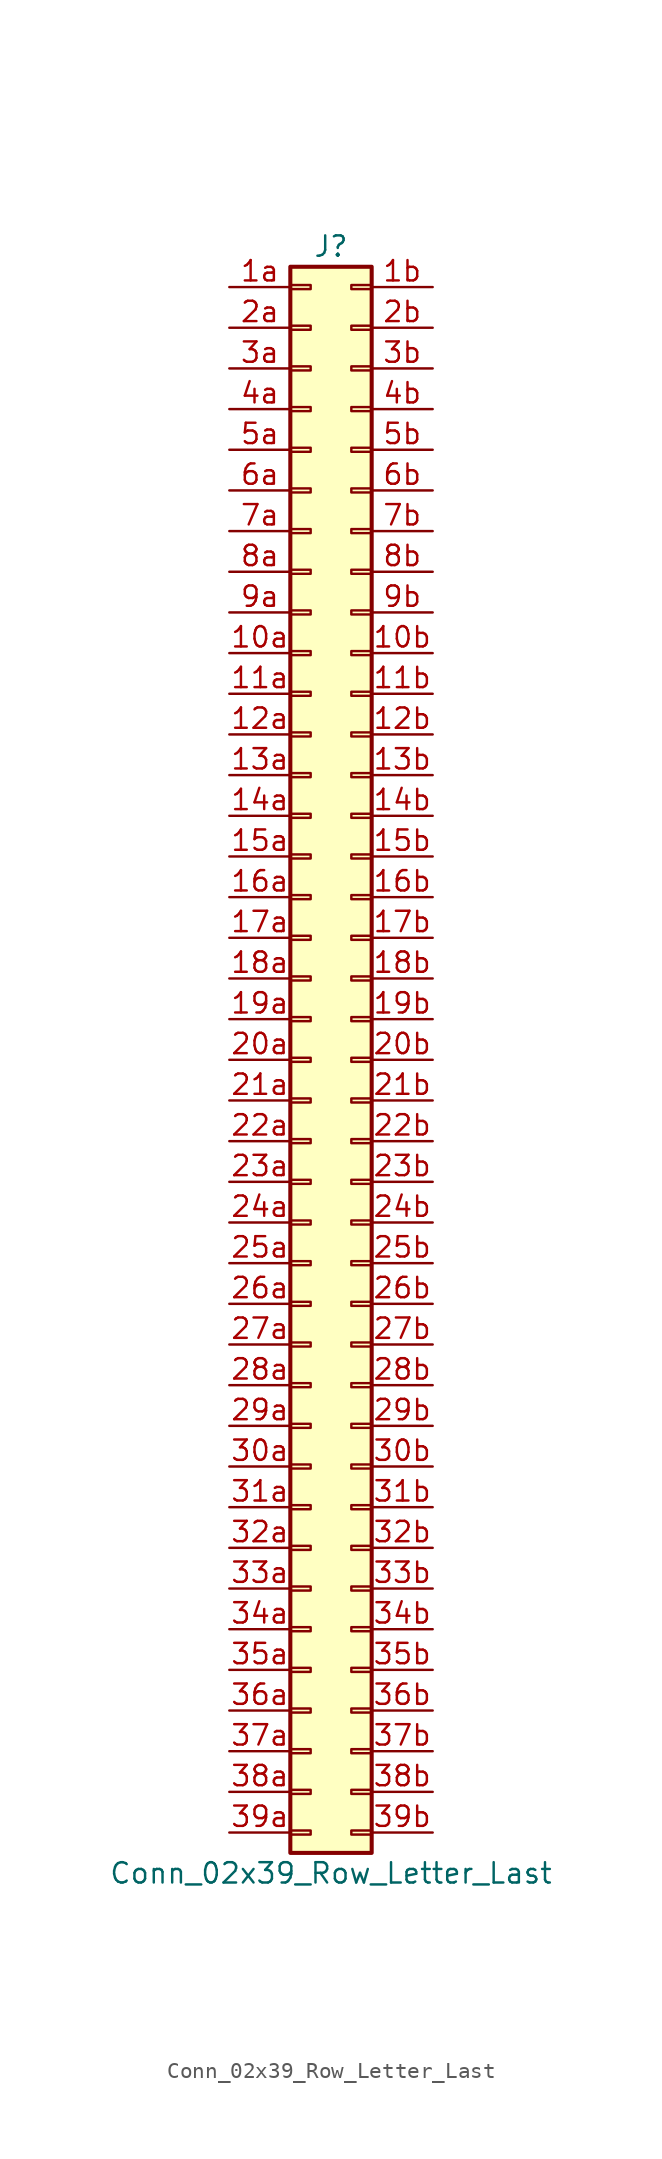
<source format=kicad_sym>
(kicad_symbol_lib
  (version 20201005)
  (generator kicad_symbol_editor)
  (symbol "Conn_02x39_Row_Letter_Last"
    (pin_names
      (offset 1.016) hide)
    (property "Reference" "J"
      (at 1.27 50.8 0)
      (effects (font (size 1.27 1.27))))
    (property "Value" "Conn_02x39_Row_Letter_Last"
      (at 1.27 -50.8 0)
      (effects (font (size 1.27 1.27))))
    (symbol "Conn_02x39_Row_Letter_Last_1_1"
      (rectangle (start -1.27 -48.133) (end 0 -48.387) (stroke (width 0.152)) (fill (type none)))
      (rectangle (start -1.27 -45.593) (end 0 -45.847) (stroke (width 0.152)) (fill (type none)))
      (rectangle (start -1.27 -43.053) (end 0 -43.307) (stroke (width 0.152)) (fill (type none)))
      (rectangle (start -1.27 -40.513) (end 0 -40.767) (stroke (width 0.152)) (fill (type none)))
      (rectangle (start -1.27 -37.973) (end 0 -38.227) (stroke (width 0.152)) (fill (type none)))
      (rectangle (start -1.27 -35.433) (end 0 -35.687) (stroke (width 0.152)) (fill (type none)))
      (rectangle (start -1.27 -32.893) (end 0 -33.147) (stroke (width 0.152)) (fill (type none)))
      (rectangle (start -1.27 -30.353) (end 0 -30.607) (stroke (width 0.152)) (fill (type none)))
      (rectangle (start -1.27 -27.813) (end 0 -28.067) (stroke (width 0.152)) (fill (type none)))
      (rectangle (start -1.27 -25.273) (end 0 -25.527) (stroke (width 0.152)) (fill (type none)))
      (rectangle (start -1.27 -22.733) (end 0 -22.987) (stroke (width 0.152)) (fill (type none)))
      (rectangle (start -1.27 -20.193) (end 0 -20.447) (stroke (width 0.152)) (fill (type none)))
      (rectangle (start -1.27 -17.653) (end 0 -17.907) (stroke (width 0.152)) (fill (type none)))
      (rectangle (start -1.27 -15.113) (end 0 -15.367) (stroke (width 0.152)) (fill (type none)))
      (rectangle (start -1.27 -12.573) (end 0 -12.827) (stroke (width 0.152)) (fill (type none)))
      (rectangle (start -1.27 -10.033) (end 0 -10.287) (stroke (width 0.152)) (fill (type none)))
      (rectangle (start -1.27 -7.493) (end 0 -7.747) (stroke (width 0.152)) (fill (type none)))
      (rectangle (start -1.27 -4.953) (end 0 -5.207) (stroke (width 0.152)) (fill (type none)))
      (rectangle (start -1.27 -2.413) (end 0 -2.667) (stroke (width 0.152)) (fill (type none)))
      (rectangle (start -1.27 0.127) (end 0 -0.127) (stroke (width 0.152)) (fill (type none)))
      (rectangle (start -1.27 2.667) (end 0 2.413) (stroke (width 0.152)) (fill (type none)))
      (rectangle (start -1.27 5.207) (end 0 4.953) (stroke (width 0.152)) (fill (type none)))
      (rectangle (start -1.27 7.747) (end 0 7.493) (stroke (width 0.152)) (fill (type none)))
      (rectangle (start -1.27 10.287) (end 0 10.033) (stroke (width 0.152)) (fill (type none)))
      (rectangle (start -1.27 12.827) (end 0 12.573) (stroke (width 0.152)) (fill (type none)))
      (rectangle (start -1.27 15.367) (end 0 15.113) (stroke (width 0.152)) (fill (type none)))
      (rectangle (start -1.27 17.907) (end 0 17.653) (stroke (width 0.152)) (fill (type none)))
      (rectangle (start -1.27 20.447) (end 0 20.193) (stroke (width 0.152)) (fill (type none)))
      (rectangle (start -1.27 22.987) (end 0 22.733) (stroke (width 0.152)) (fill (type none)))
      (rectangle (start -1.27 25.527) (end 0 25.273) (stroke (width 0.152)) (fill (type none)))
      (rectangle (start -1.27 28.067) (end 0 27.813) (stroke (width 0.152)) (fill (type none)))
      (rectangle (start -1.27 30.607) (end 0 30.353) (stroke (width 0.152)) (fill (type none)))
      (rectangle (start -1.27 33.147) (end 0 32.893) (stroke (width 0.152)) (fill (type none)))
      (rectangle (start -1.27 35.687) (end 0 35.433) (stroke (width 0.152)) (fill (type none)))
      (rectangle (start -1.27 38.227) (end 0 37.973) (stroke (width 0.152)) (fill (type none)))
      (rectangle (start -1.27 40.767) (end 0 40.513) (stroke (width 0.152)) (fill (type none)))
      (rectangle (start -1.27 43.307) (end 0 43.053) (stroke (width 0.152)) (fill (type none)))
      (rectangle (start -1.27 45.847) (end 0 45.593) (stroke (width 0.152)) (fill (type none)))
      (rectangle (start -1.27 48.387) (end 0 48.133) (stroke (width 0.152)) (fill (type none)))
      (rectangle (start -1.27 49.53) (end 3.81 -49.53) (stroke (width 0.254)) (fill (type background)))
      (rectangle (start 3.81 -48.133) (end 2.54 -48.387) (stroke (width 0.152)) (fill (type none)))
      (rectangle (start 3.81 -45.593) (end 2.54 -45.847) (stroke (width 0.152)) (fill (type none)))
      (rectangle (start 3.81 -43.053) (end 2.54 -43.307) (stroke (width 0.152)) (fill (type none)))
      (rectangle (start 3.81 -40.513) (end 2.54 -40.767) (stroke (width 0.152)) (fill (type none)))
      (rectangle (start 3.81 -37.973) (end 2.54 -38.227) (stroke (width 0.152)) (fill (type none)))
      (rectangle (start 3.81 -35.433) (end 2.54 -35.687) (stroke (width 0.152)) (fill (type none)))
      (rectangle (start 3.81 -32.893) (end 2.54 -33.147) (stroke (width 0.152)) (fill (type none)))
      (rectangle (start 3.81 -30.353) (end 2.54 -30.607) (stroke (width 0.152)) (fill (type none)))
      (rectangle (start 3.81 -27.813) (end 2.54 -28.067) (stroke (width 0.152)) (fill (type none)))
      (rectangle (start 3.81 -25.273) (end 2.54 -25.527) (stroke (width 0.152)) (fill (type none)))
      (rectangle (start 3.81 -22.733) (end 2.54 -22.987) (stroke (width 0.152)) (fill (type none)))
      (rectangle (start 3.81 -20.193) (end 2.54 -20.447) (stroke (width 0.152)) (fill (type none)))
      (rectangle (start 3.81 -17.653) (end 2.54 -17.907) (stroke (width 0.152)) (fill (type none)))
      (rectangle (start 3.81 -15.113) (end 2.54 -15.367) (stroke (width 0.152)) (fill (type none)))
      (rectangle (start 3.81 -12.573) (end 2.54 -12.827) (stroke (width 0.152)) (fill (type none)))
      (rectangle (start 3.81 -10.033) (end 2.54 -10.287) (stroke (width 0.152)) (fill (type none)))
      (rectangle (start 3.81 -7.493) (end 2.54 -7.747) (stroke (width 0.152)) (fill (type none)))
      (rectangle (start 3.81 -4.953) (end 2.54 -5.207) (stroke (width 0.152)) (fill (type none)))
      (rectangle (start 3.81 -2.413) (end 2.54 -2.667) (stroke (width 0.152)) (fill (type none)))
      (rectangle (start 3.81 0.127) (end 2.54 -0.127) (stroke (width 0.152)) (fill (type none)))
      (rectangle (start 3.81 2.667) (end 2.54 2.413) (stroke (width 0.152)) (fill (type none)))
      (rectangle (start 3.81 5.207) (end 2.54 4.953) (stroke (width 0.152)) (fill (type none)))
      (rectangle (start 3.81 7.747) (end 2.54 7.493) (stroke (width 0.152)) (fill (type none)))
      (rectangle (start 3.81 10.287) (end 2.54 10.033) (stroke (width 0.152)) (fill (type none)))
      (rectangle (start 3.81 12.827) (end 2.54 12.573) (stroke (width 0.152)) (fill (type none)))
      (rectangle (start 3.81 15.367) (end 2.54 15.113) (stroke (width 0.152)) (fill (type none)))
      (rectangle (start 3.81 17.907) (end 2.54 17.653) (stroke (width 0.152)) (fill (type none)))
      (rectangle (start 3.81 20.447) (end 2.54 20.193) (stroke (width 0.152)) (fill (type none)))
      (rectangle (start 3.81 22.987) (end 2.54 22.733) (stroke (width 0.152)) (fill (type none)))
      (rectangle (start 3.81 25.527) (end 2.54 25.273) (stroke (width 0.152)) (fill (type none)))
      (rectangle (start 3.81 28.067) (end 2.54 27.813) (stroke (width 0.152)) (fill (type none)))
      (rectangle (start 3.81 30.607) (end 2.54 30.353) (stroke (width 0.152)) (fill (type none)))
      (rectangle (start 3.81 33.147) (end 2.54 32.893) (stroke (width 0.152)) (fill (type none)))
      (rectangle (start 3.81 35.687) (end 2.54 35.433) (stroke (width 0.152)) (fill (type none)))
      (rectangle (start 3.81 38.227) (end 2.54 37.973) (stroke (width 0.152)) (fill (type none)))
      (rectangle (start 3.81 40.767) (end 2.54 40.513) (stroke (width 0.152)) (fill (type none)))
      (rectangle (start 3.81 43.307) (end 2.54 43.053) (stroke (width 0.152)) (fill (type none)))
      (rectangle (start 3.81 45.847) (end 2.54 45.593) (stroke (width 0.152)) (fill (type none)))
      (rectangle (start 3.81 48.387) (end 2.54 48.133) (stroke (width 0.152)) (fill (type none)))
      (pin passive line (at -5.08 25.4 0) (length 3.81) (name "Pin_10a" (effects (font (size 1.27 1.27)))) (number "10a" (effects (font (size 1.27 1.27)))))
      (pin passive line (at 7.62 25.4 180) (length 3.81) (name "Pin_10b" (effects (font (size 1.27 1.27)))) (number "10b" (effects (font (size 1.27 1.27)))))
      (pin passive line (at -5.08 22.86 0) (length 3.81) (name "Pin_11a" (effects (font (size 1.27 1.27)))) (number "11a" (effects (font (size 1.27 1.27)))))
      (pin passive line (at 7.62 22.86 180) (length 3.81) (name "Pin_11b" (effects (font (size 1.27 1.27)))) (number "11b" (effects (font (size 1.27 1.27)))))
      (pin passive line (at -5.08 20.32 0) (length 3.81) (name "Pin_12a" (effects (font (size 1.27 1.27)))) (number "12a" (effects (font (size 1.27 1.27)))))
      (pin passive line (at 7.62 20.32 180) (length 3.81) (name "Pin_12b" (effects (font (size 1.27 1.27)))) (number "12b" (effects (font (size 1.27 1.27)))))
      (pin passive line (at -5.08 17.78 0) (length 3.81) (name "Pin_13a" (effects (font (size 1.27 1.27)))) (number "13a" (effects (font (size 1.27 1.27)))))
      (pin passive line (at 7.62 17.78 180) (length 3.81) (name "Pin_13b" (effects (font (size 1.27 1.27)))) (number "13b" (effects (font (size 1.27 1.27)))))
      (pin passive line (at -5.08 15.24 0) (length 3.81) (name "Pin_14a" (effects (font (size 1.27 1.27)))) (number "14a" (effects (font (size 1.27 1.27)))))
      (pin passive line (at 7.62 15.24 180) (length 3.81) (name "Pin_14b" (effects (font (size 1.27 1.27)))) (number "14b" (effects (font (size 1.27 1.27)))))
      (pin passive line (at -5.08 12.7 0) (length 3.81) (name "Pin_15a" (effects (font (size 1.27 1.27)))) (number "15a" (effects (font (size 1.27 1.27)))))
      (pin passive line (at 7.62 12.7 180) (length 3.81) (name "Pin_15b" (effects (font (size 1.27 1.27)))) (number "15b" (effects (font (size 1.27 1.27)))))
      (pin passive line (at -5.08 10.16 0) (length 3.81) (name "Pin_16a" (effects (font (size 1.27 1.27)))) (number "16a" (effects (font (size 1.27 1.27)))))
      (pin passive line (at 7.62 10.16 180) (length 3.81) (name "Pin_16b" (effects (font (size 1.27 1.27)))) (number "16b" (effects (font (size 1.27 1.27)))))
      (pin passive line (at -5.08 7.62 0) (length 3.81) (name "Pin_17a" (effects (font (size 1.27 1.27)))) (number "17a" (effects (font (size 1.27 1.27)))))
      (pin passive line (at 7.62 7.62 180) (length 3.81) (name "Pin_17b" (effects (font (size 1.27 1.27)))) (number "17b" (effects (font (size 1.27 1.27)))))
      (pin passive line (at -5.08 5.08 0) (length 3.81) (name "Pin_18a" (effects (font (size 1.27 1.27)))) (number "18a" (effects (font (size 1.27 1.27)))))
      (pin passive line (at 7.62 5.08 180) (length 3.81) (name "Pin_18b" (effects (font (size 1.27 1.27)))) (number "18b" (effects (font (size 1.27 1.27)))))
      (pin passive line (at -5.08 2.54 0) (length 3.81) (name "Pin_19a" (effects (font (size 1.27 1.27)))) (number "19a" (effects (font (size 1.27 1.27)))))
      (pin passive line (at 7.62 2.54 180) (length 3.81) (name "Pin_19b" (effects (font (size 1.27 1.27)))) (number "19b" (effects (font (size 1.27 1.27)))))
      (pin passive line (at -5.08 48.26 0) (length 3.81) (name "Pin_1a" (effects (font (size 1.27 1.27)))) (number "1a" (effects (font (size 1.27 1.27)))))
      (pin passive line (at 7.62 48.26 180) (length 3.81) (name "Pin_1b" (effects (font (size 1.27 1.27)))) (number "1b" (effects (font (size 1.27 1.27)))))
      (pin passive line (at -5.08 0 0) (length 3.81) (name "Pin_20a" (effects (font (size 1.27 1.27)))) (number "20a" (effects (font (size 1.27 1.27)))))
      (pin passive line (at 7.62 0 180) (length 3.81) (name "Pin_20b" (effects (font (size 1.27 1.27)))) (number "20b" (effects (font (size 1.27 1.27)))))
      (pin passive line (at -5.08 -2.54 0) (length 3.81) (name "Pin_21a" (effects (font (size 1.27 1.27)))) (number "21a" (effects (font (size 1.27 1.27)))))
      (pin passive line (at 7.62 -2.54 180) (length 3.81) (name "Pin_21b" (effects (font (size 1.27 1.27)))) (number "21b" (effects (font (size 1.27 1.27)))))
      (pin passive line (at -5.08 -5.08 0) (length 3.81) (name "Pin_22a" (effects (font (size 1.27 1.27)))) (number "22a" (effects (font (size 1.27 1.27)))))
      (pin passive line (at 7.62 -5.08 180) (length 3.81) (name "Pin_22b" (effects (font (size 1.27 1.27)))) (number "22b" (effects (font (size 1.27 1.27)))))
      (pin passive line (at -5.08 -7.62 0) (length 3.81) (name "Pin_23a" (effects (font (size 1.27 1.27)))) (number "23a" (effects (font (size 1.27 1.27)))))
      (pin passive line (at 7.62 -7.62 180) (length 3.81) (name "Pin_23b" (effects (font (size 1.27 1.27)))) (number "23b" (effects (font (size 1.27 1.27)))))
      (pin passive line (at -5.08 -10.16 0) (length 3.81) (name "Pin_24a" (effects (font (size 1.27 1.27)))) (number "24a" (effects (font (size 1.27 1.27)))))
      (pin passive line (at 7.62 -10.16 180) (length 3.81) (name "Pin_24b" (effects (font (size 1.27 1.27)))) (number "24b" (effects (font (size 1.27 1.27)))))
      (pin passive line (at -5.08 -12.7 0) (length 3.81) (name "Pin_25a" (effects (font (size 1.27 1.27)))) (number "25a" (effects (font (size 1.27 1.27)))))
      (pin passive line (at 7.62 -12.7 180) (length 3.81) (name "Pin_25b" (effects (font (size 1.27 1.27)))) (number "25b" (effects (font (size 1.27 1.27)))))
      (pin passive line (at -5.08 -15.24 0) (length 3.81) (name "Pin_26a" (effects (font (size 1.27 1.27)))) (number "26a" (effects (font (size 1.27 1.27)))))
      (pin passive line (at 7.62 -15.24 180) (length 3.81) (name "Pin_26b" (effects (font (size 1.27 1.27)))) (number "26b" (effects (font (size 1.27 1.27)))))
      (pin passive line (at -5.08 -17.78 0) (length 3.81) (name "Pin_27a" (effects (font (size 1.27 1.27)))) (number "27a" (effects (font (size 1.27 1.27)))))
      (pin passive line (at 7.62 -17.78 180) (length 3.81) (name "Pin_27b" (effects (font (size 1.27 1.27)))) (number "27b" (effects (font (size 1.27 1.27)))))
      (pin passive line (at -5.08 -20.32 0) (length 3.81) (name "Pin_28a" (effects (font (size 1.27 1.27)))) (number "28a" (effects (font (size 1.27 1.27)))))
      (pin passive line (at 7.62 -20.32 180) (length 3.81) (name "Pin_28b" (effects (font (size 1.27 1.27)))) (number "28b" (effects (font (size 1.27 1.27)))))
      (pin passive line (at -5.08 -22.86 0) (length 3.81) (name "Pin_29a" (effects (font (size 1.27 1.27)))) (number "29a" (effects (font (size 1.27 1.27)))))
      (pin passive line (at 7.62 -22.86 180) (length 3.81) (name "Pin_29b" (effects (font (size 1.27 1.27)))) (number "29b" (effects (font (size 1.27 1.27)))))
      (pin passive line (at -5.08 45.72 0) (length 3.81) (name "Pin_2a" (effects (font (size 1.27 1.27)))) (number "2a" (effects (font (size 1.27 1.27)))))
      (pin passive line (at 7.62 45.72 180) (length 3.81) (name "Pin_2b" (effects (font (size 1.27 1.27)))) (number "2b" (effects (font (size 1.27 1.27)))))
      (pin passive line (at -5.08 -25.4 0) (length 3.81) (name "Pin_30a" (effects (font (size 1.27 1.27)))) (number "30a" (effects (font (size 1.27 1.27)))))
      (pin passive line (at 7.62 -25.4 180) (length 3.81) (name "Pin_30b" (effects (font (size 1.27 1.27)))) (number "30b" (effects (font (size 1.27 1.27)))))
      (pin passive line (at -5.08 -27.94 0) (length 3.81) (name "Pin_31a" (effects (font (size 1.27 1.27)))) (number "31a" (effects (font (size 1.27 1.27)))))
      (pin passive line (at 7.62 -27.94 180) (length 3.81) (name "Pin_31b" (effects (font (size 1.27 1.27)))) (number "31b" (effects (font (size 1.27 1.27)))))
      (pin passive line (at -5.08 -30.48 0) (length 3.81) (name "Pin_32a" (effects (font (size 1.27 1.27)))) (number "32a" (effects (font (size 1.27 1.27)))))
      (pin passive line (at 7.62 -30.48 180) (length 3.81) (name "Pin_32b" (effects (font (size 1.27 1.27)))) (number "32b" (effects (font (size 1.27 1.27)))))
      (pin passive line (at -5.08 -33.02 0) (length 3.81) (name "Pin_33a" (effects (font (size 1.27 1.27)))) (number "33a" (effects (font (size 1.27 1.27)))))
      (pin passive line (at 7.62 -33.02 180) (length 3.81) (name "Pin_33b" (effects (font (size 1.27 1.27)))) (number "33b" (effects (font (size 1.27 1.27)))))
      (pin passive line (at -5.08 -35.56 0) (length 3.81) (name "Pin_34a" (effects (font (size 1.27 1.27)))) (number "34a" (effects (font (size 1.27 1.27)))))
      (pin passive line (at 7.62 -35.56 180) (length 3.81) (name "Pin_34b" (effects (font (size 1.27 1.27)))) (number "34b" (effects (font (size 1.27 1.27)))))
      (pin passive line (at -5.08 -38.1 0) (length 3.81) (name "Pin_35a" (effects (font (size 1.27 1.27)))) (number "35a" (effects (font (size 1.27 1.27)))))
      (pin passive line (at 7.62 -38.1 180) (length 3.81) (name "Pin_35b" (effects (font (size 1.27 1.27)))) (number "35b" (effects (font (size 1.27 1.27)))))
      (pin passive line (at -5.08 -40.64 0) (length 3.81) (name "Pin_36a" (effects (font (size 1.27 1.27)))) (number "36a" (effects (font (size 1.27 1.27)))))
      (pin passive line (at 7.62 -40.64 180) (length 3.81) (name "Pin_36b" (effects (font (size 1.27 1.27)))) (number "36b" (effects (font (size 1.27 1.27)))))
      (pin passive line (at -5.08 -43.18 0) (length 3.81) (name "Pin_37a" (effects (font (size 1.27 1.27)))) (number "37a" (effects (font (size 1.27 1.27)))))
      (pin passive line (at 7.62 -43.18 180) (length 3.81) (name "Pin_37b" (effects (font (size 1.27 1.27)))) (number "37b" (effects (font (size 1.27 1.27)))))
      (pin passive line (at -5.08 -45.72 0) (length 3.81) (name "Pin_38a" (effects (font (size 1.27 1.27)))) (number "38a" (effects (font (size 1.27 1.27)))))
      (pin passive line (at 7.62 -45.72 180) (length 3.81) (name "Pin_38b" (effects (font (size 1.27 1.27)))) (number "38b" (effects (font (size 1.27 1.27)))))
      (pin passive line (at -5.08 -48.26 0) (length 3.81) (name "Pin_39a" (effects (font (size 1.27 1.27)))) (number "39a" (effects (font (size 1.27 1.27)))))
      (pin passive line (at 7.62 -48.26 180) (length 3.81) (name "Pin_39b" (effects (font (size 1.27 1.27)))) (number "39b" (effects (font (size 1.27 1.27)))))
      (pin passive line (at -5.08 43.18 0) (length 3.81) (name "Pin_3a" (effects (font (size 1.27 1.27)))) (number "3a" (effects (font (size 1.27 1.27)))))
      (pin passive line (at 7.62 43.18 180) (length 3.81) (name "Pin_3b" (effects (font (size 1.27 1.27)))) (number "3b" (effects (font (size 1.27 1.27)))))
      (pin passive line (at -5.08 40.64 0) (length 3.81) (name "Pin_4a" (effects (font (size 1.27 1.27)))) (number "4a" (effects (font (size 1.27 1.27)))))
      (pin passive line (at 7.62 40.64 180) (length 3.81) (name "Pin_4b" (effects (font (size 1.27 1.27)))) (number "4b" (effects (font (size 1.27 1.27)))))
      (pin passive line (at -5.08 38.1 0) (length 3.81) (name "Pin_5a" (effects (font (size 1.27 1.27)))) (number "5a" (effects (font (size 1.27 1.27)))))
      (pin passive line (at 7.62 38.1 180) (length 3.81) (name "Pin_5b" (effects (font (size 1.27 1.27)))) (number "5b" (effects (font (size 1.27 1.27)))))
      (pin passive line (at -5.08 35.56 0) (length 3.81) (name "Pin_6a" (effects (font (size 1.27 1.27)))) (number "6a" (effects (font (size 1.27 1.27)))))
      (pin passive line (at 7.62 35.56 180) (length 3.81) (name "Pin_6b" (effects (font (size 1.27 1.27)))) (number "6b" (effects (font (size 1.27 1.27)))))
      (pin passive line (at -5.08 33.02 0) (length 3.81) (name "Pin_7a" (effects (font (size 1.27 1.27)))) (number "7a" (effects (font (size 1.27 1.27)))))
      (pin passive line (at 7.62 33.02 180) (length 3.81) (name "Pin_7b" (effects (font (size 1.27 1.27)))) (number "7b" (effects (font (size 1.27 1.27)))))
      (pin passive line (at -5.08 30.48 0) (length 3.81) (name "Pin_8a" (effects (font (size 1.27 1.27)))) (number "8a" (effects (font (size 1.27 1.27)))))
      (pin passive line (at 7.62 30.48 180) (length 3.81) (name "Pin_8b" (effects (font (size 1.27 1.27)))) (number "8b" (effects (font (size 1.27 1.27)))))
      (pin passive line (at -5.08 27.94 0) (length 3.81) (name "Pin_9a" (effects (font (size 1.27 1.27)))) (number "9a" (effects (font (size 1.27 1.27)))))
      (pin passive line (at 7.62 27.94 180) (length 3.81) (name "Pin_9b" (effects (font (size 1.27 1.27)))) (number "9b" (effects (font (size 1.27 1.27))))))))
</source>
